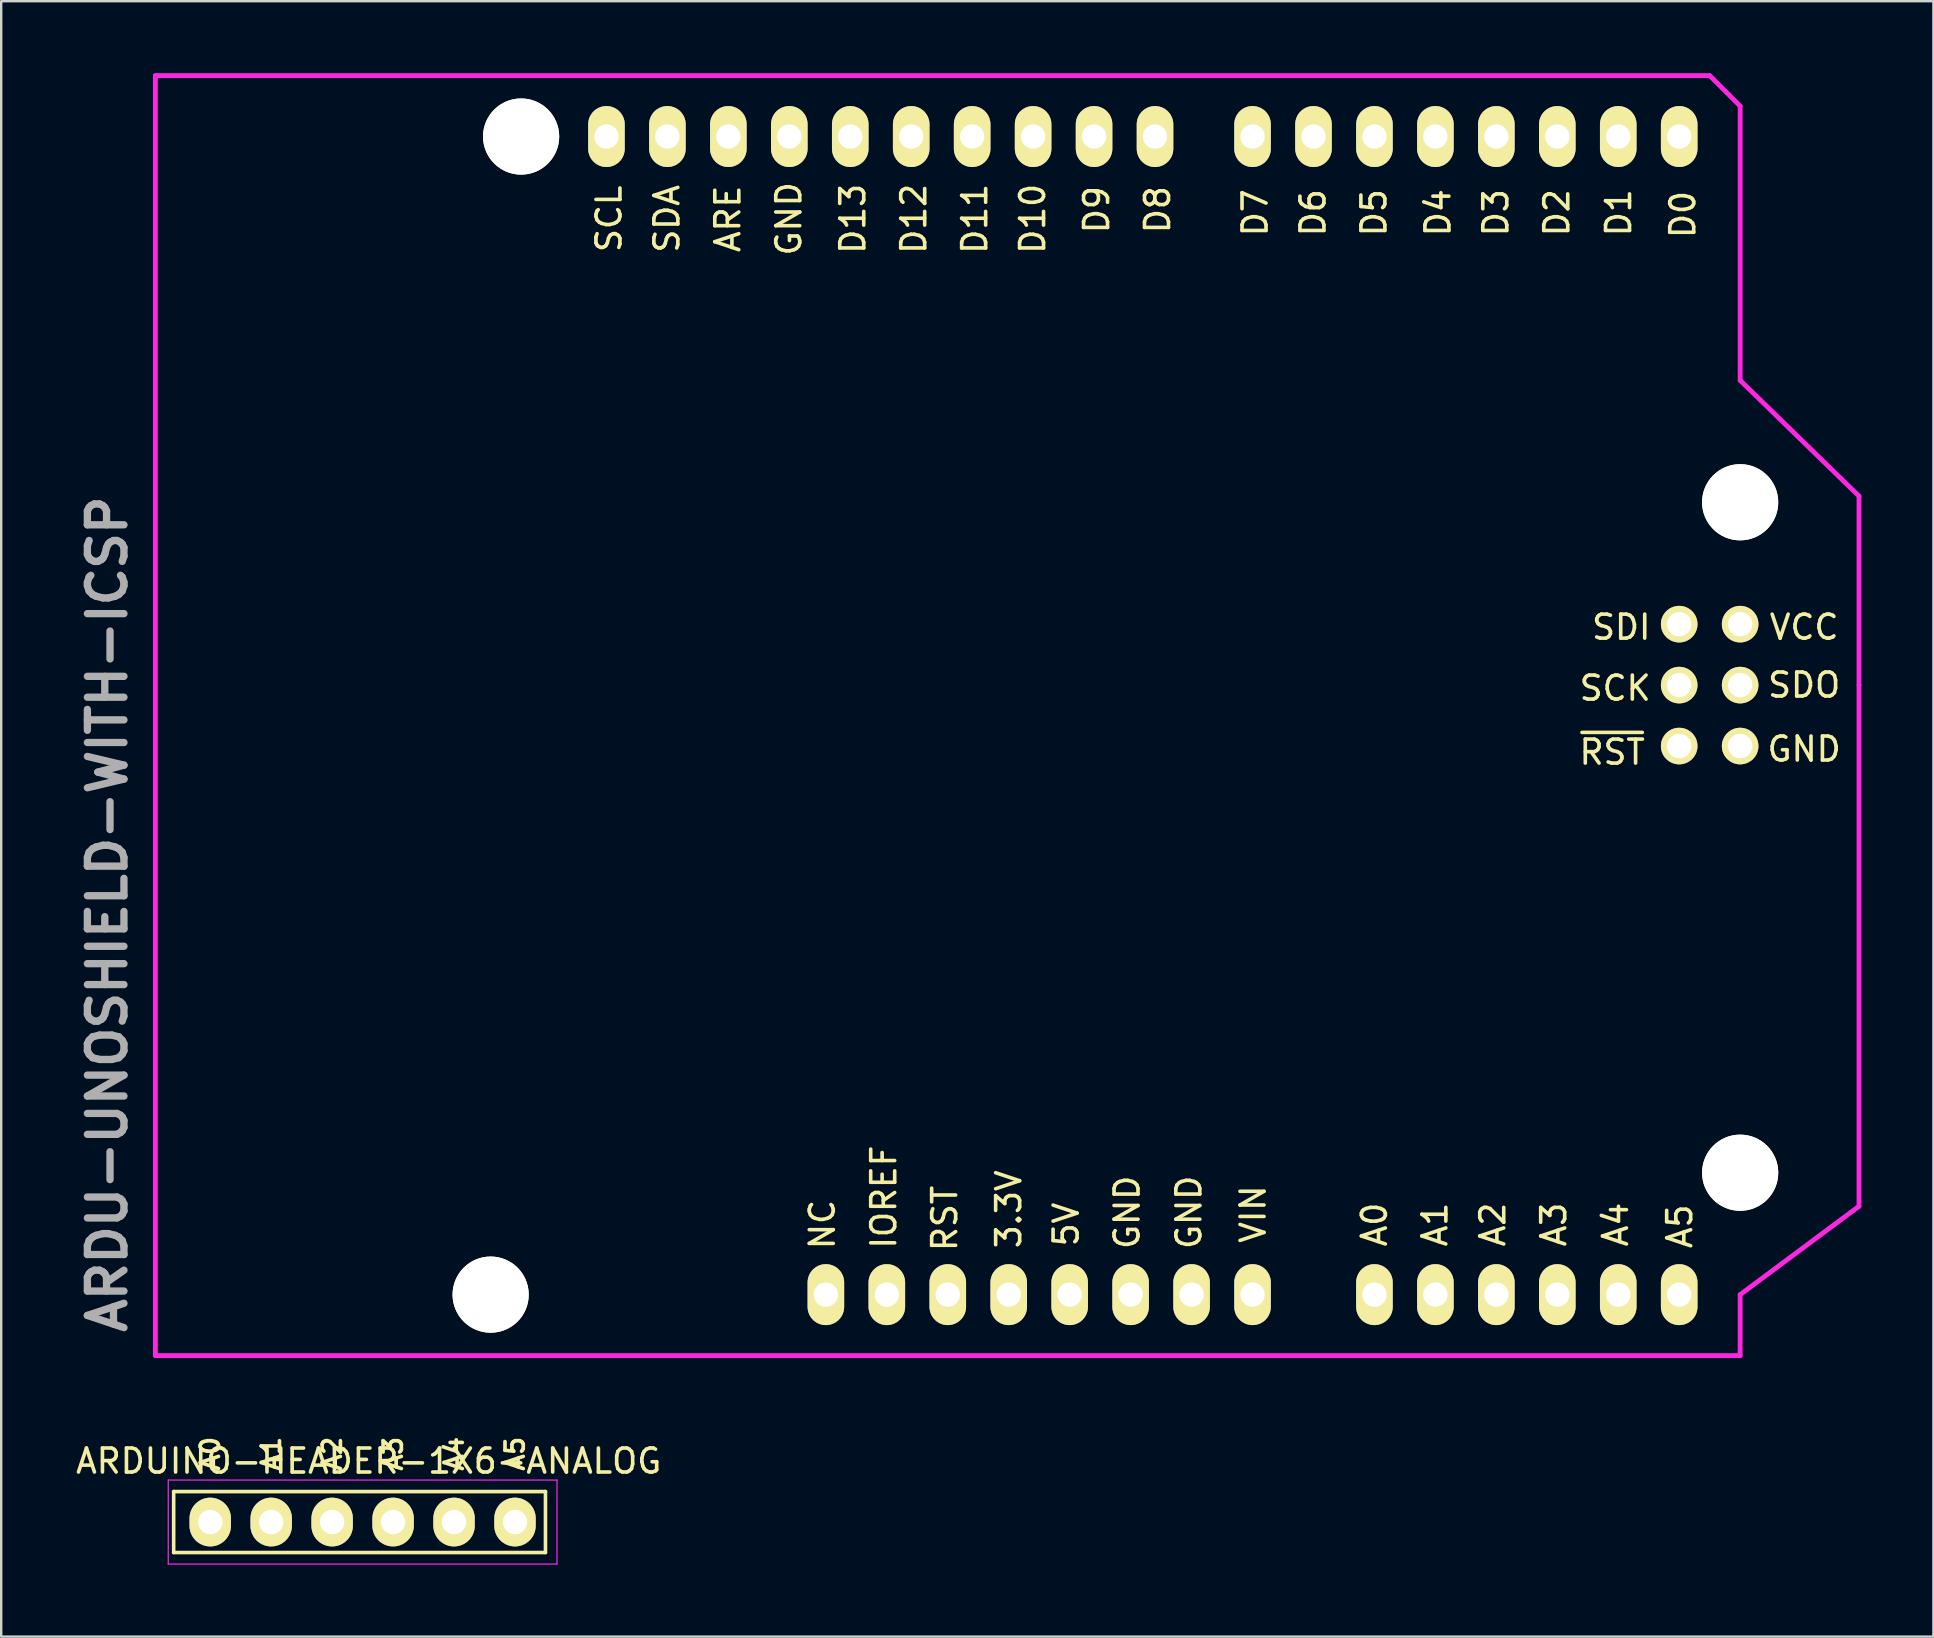
<source format=kicad_pcb>
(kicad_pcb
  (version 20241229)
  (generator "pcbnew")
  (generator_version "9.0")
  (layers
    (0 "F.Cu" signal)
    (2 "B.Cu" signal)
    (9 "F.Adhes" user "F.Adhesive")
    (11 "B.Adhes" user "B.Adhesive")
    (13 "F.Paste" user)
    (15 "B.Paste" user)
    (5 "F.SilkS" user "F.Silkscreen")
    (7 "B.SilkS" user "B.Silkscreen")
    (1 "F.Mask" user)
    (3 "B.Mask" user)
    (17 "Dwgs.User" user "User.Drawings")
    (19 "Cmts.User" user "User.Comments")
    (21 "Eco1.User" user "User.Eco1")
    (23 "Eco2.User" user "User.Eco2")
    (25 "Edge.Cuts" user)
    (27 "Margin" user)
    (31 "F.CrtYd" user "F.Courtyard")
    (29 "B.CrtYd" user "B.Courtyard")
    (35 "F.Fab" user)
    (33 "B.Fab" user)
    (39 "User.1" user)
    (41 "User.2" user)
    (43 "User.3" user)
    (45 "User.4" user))
  (footprint "ARDUINO-HEADER-1X6-ANALOG"
    (layer "F.Cu")
    (at 5.711 60.377)
    (property "Reference" "ARDUINO-HEADER-1X6-ANALOG" (at 6.604 -2.54 0) (layer "F.SilkS") (effects (font (size 1 1) (thickness 0.15))))
    (attr through_hole)
    (fp_line (start -1.524 1.27) (end -1.524 -1.27) (stroke (width 0.15) (type solid)) (layer "F.SilkS"))
    (fp_line (start -1.524 1.27) (end 13.97 1.27) (stroke (width 0.15) (type solid)) (layer "F.SilkS"))
    (fp_line (start 13.97 -1.27) (end -1.524 -1.27) (stroke (width 0.15) (type solid)) (layer "F.SilkS"))
    (fp_line (start 13.97 1.27) (end 13.97 -1.27) (stroke (width 0.15) (type solid)) (layer "F.SilkS"))
    (fp_line (start -1.75 -1.75) (end -1.75 1.75) (stroke (width 0.05) (type solid)) (layer "F.CrtYd"))
    (fp_line (start -1.75 -1.75) (end 14.45 -1.75) (stroke (width 0.05) (type solid)) (layer "F.CrtYd"))
    (fp_line (start -1.75 1.75) (end 14.45 1.75) (stroke (width 0.05) (type solid)) (layer "F.CrtYd"))
    (fp_line (start 14.45 -1.75) (end 14.45 1.75) (stroke (width 0.05) (type solid)) (layer "F.CrtYd"))
    (fp_text user "A3" (at 7.62 -2.845 90) (layer "F.SilkS") (effects (font (size 0.762 0.762) (thickness 0.152))))
    (fp_text user "A1" (at 2.54 -2.845 90) (layer "F.SilkS") (effects (font (size 0.762 0.762) (thickness 0.152))))
    (fp_text user "A4" (at 10.16 -2.845 90) (layer "F.SilkS") (effects (font (size 0.762 0.762) (thickness 0.152))))
    (fp_text user "A5" (at 12.7 -2.845 90) (layer "F.SilkS") (effects (font (size 0.762 0.762) (thickness 0.152))))
    (fp_text user "A2" (at 5.08 -2.845 90) (layer "F.SilkS") (effects (font (size 0.762 0.762) (thickness 0.152))))
    (fp_text user "A0" (at 0 -2.845 90) (layer "F.SilkS") (effects (font (size 0.762 0.762) (thickness 0.152))))
    (pad "A0" thru_hole oval (at 0 0) (size 1.727 2.032) (drill 1.016) (layers "*.Cu" "*.Mask" "F.SilkS"))
    (pad "A1" thru_hole oval (at 2.54 0) (size 1.727 2.032) (drill 1.016) (layers "*.Cu" "*.Mask" "F.SilkS"))
    (pad "A2" thru_hole oval (at 5.08 0) (size 1.727 2.032) (drill 1.016) (layers "*.Cu" "*.Mask" "F.SilkS"))
    (pad "A3" thru_hole oval (at 7.62 0) (size 1.727 2.032) (drill 1.016) (layers "*.Cu" "*.Mask" "F.SilkS"))
    (pad "A4" thru_hole oval (at 10.16 0) (size 1.727 2.032) (drill 1.016) (layers "*.Cu" "*.Mask" "F.SilkS"))
    (pad "A5" thru_hole oval (at 12.7 0) (size 1.727 2.032) (drill 1.016) (layers "*.Cu" "*.Mask" "F.SilkS")))
  (footprint "ARDU-UNOSHIELD-WITH-ICSP"
    (layer "F.Cu")
    (at 3.426 53.44)
    (property "Reference" "ARDU-UNOSHIELD-WITH-ICSP" (at -2 -18.4 90) (layer "F.Fab") (effects (font (size 1.524 1.524) (thickness 0.305))))
    (attr through_hole)
    (fp_line (start 0 0) (end 0 -53.34) (stroke (width 0.2) (type solid)) (layer "F.CrtYd"))
    (fp_line (start 0 0) (end 66.04 0) (stroke (width 0.2) (type solid)) (layer "F.CrtYd"))
    (fp_line (start 64.77 -53.34) (end 0 -53.34) (stroke (width 0.2) (type solid)) (layer "F.CrtYd"))
    (fp_line (start 66.04 -52.07) (end 64.77 -53.34) (stroke (width 0.2) (type solid)) (layer "F.CrtYd"))
    (fp_line (start 66.04 -40.64) (end 66.04 -52.07) (stroke (width 0.2) (type solid)) (layer "F.CrtYd"))
    (fp_line (start 66.04 -40.64) (end 70.993 -35.814) (stroke (width 0.2) (type solid)) (layer "F.CrtYd"))
    (fp_line (start 66.04 -2.54) (end 66.04 0) (stroke (width 0.2) (type solid)) (layer "F.CrtYd"))
    (fp_line (start 66.04 -2.54) (end 70.993 -6.223) (stroke (width 0.2) (type solid)) (layer "F.CrtYd"))
    (fp_line (start 70.993 -35.814) (end 70.993 -27.94) (stroke (width 0.2) (type solid)) (layer "F.CrtYd"))
    (fp_line (start 70.993 -27.94) (end 70.993 -6.223) (stroke (width 0.2) (type solid)) (layer "F.CrtYd"))
    (fp_text user "5V" (at 37.953 -5.461 90) (layer "F.SilkS") (effects (font (size 1 1) (thickness 0.15))))
    (fp_text user "GND" (at 68.707 -25.273 0) (layer "F.SilkS") (effects (font (size 1 1) (thickness 0.15))))
    (fp_text user "GND" (at 26.396 -47.371 90) (layer "F.SilkS") (effects (font (size 1 1) (thickness 0.15))))
    (fp_text user "D7" (at 45.827 -47.625 90) (layer "F.SilkS") (effects (font (size 1 1) (thickness 0.15))))
    (fp_text user "D5" (at 50.78 -47.625 90) (layer "F.SilkS") (effects (font (size 1 1) (thickness 0.15))))
    (fp_text user "SCL" (at 18.903 -47.371 90) (layer "F.SilkS") (effects (font (size 1 1) (thickness 0.15))))
    (fp_text user "D10" (at 36.556 -47.371 90) (layer "F.SilkS") (effects (font (size 1 1) (thickness 0.15))))
    (fp_text user "D8" (at 41.763 -47.752 90) (layer "F.SilkS") (effects (font (size 1 1) (thickness 0.15))))
    (fp_text user "SCK" (at 60.833 -27.813 0) (layer "F.SilkS") (effects (font (size 1 1) (thickness 0.15))))
    (fp_text user "D2" (at 58.4 -47.625 90) (layer "F.SilkS") (effects (font (size 1 1) (thickness 0.15))))
    (fp_text user "NC" (at 27.793 -5.461 90) (layer "F.SilkS") (effects (font (size 1 1) (thickness 0.15))))
    (fp_text user "GND" (at 40.493 -5.969 90) (layer "F.SilkS") (effects (font (size 1 1) (thickness 0.15))))
    (fp_text user "D12" (at 31.603 -47.371 90) (layer "F.SilkS") (effects (font (size 1 1) (thickness 0.15))))
    (fp_text user "A3" (at 58.273 -5.461 90) (layer "F.SilkS") (effects (font (size 1 1) (thickness 0.15))))
    (fp_text user "A0" (at 50.8 -5.461 90) (layer "F.SilkS") (effects (font (size 1 1) (thickness 0.15))))
    (fp_text user "VCC" (at 68.707 -30.353 0) (layer "F.SilkS") (effects (font (size 1 1) (thickness 0.15))))
    (fp_text user "D6" (at 48.24 -47.625 90) (layer "F.SilkS") (effects (font (size 1 1) (thickness 0.15))))
    (fp_text user "D13" (at 29.063 -47.371 90) (layer "F.SilkS") (effects (font (size 1 1) (thickness 0.15))))
    (fp_text user "D3" (at 55.86 -47.625 90) (layer "F.SilkS") (effects (font (size 1 1) (thickness 0.15))))
    (fp_text user "RST" (at 32.893 -5.715 90) (layer "F.SilkS") (effects (font (size 1 1) (thickness 0.15))))
    (fp_text user "D1" (at 60.975 -47.625 90) (layer "F.SilkS") (effects (font (size 1 1) (thickness 0.15))))
    (fp_text user "GND" (at 43.068 -5.969 90) (layer "F.SilkS") (effects (font (size 1 1) (thickness 0.15))))
    (fp_text user "D0" (at 63.65 -47.55 90) (layer "F.SilkS") (effects (font (size 1 1) (thickness 0.15))))
    (fp_text user "A2" (at 55.733 -5.461 90) (layer "F.SilkS") (effects (font (size 1 1) (thickness 0.15))))
    (fp_text user "SDA" (at 21.316 -47.371 90) (layer "F.SilkS") (effects (font (size 1 1) (thickness 0.15))))
    (fp_text user "3.3V" (at 35.56 -6.096 90) (layer "F.SilkS") (effects (font (size 1 1) (thickness 0.15))))
    (fp_text user "~{RST}" (at 60.706 -25.146 0) (layer "F.SilkS") (effects (font (size 1 1) (thickness 0.15))))
    (fp_text user "SDO" (at 68.707 -27.94 0) (layer "F.SilkS") (effects (font (size 1 1) (thickness 0.15))))
    (fp_text user "ARE" (at 23.856 -47.371 90) (layer "F.SilkS") (effects (font (size 1 1) (thickness 0.15))))
    (fp_text user "D9" (at 39.223 -47.752 90) (layer "F.SilkS") (effects (font (size 1 1) (thickness 0.15))))
    (fp_text user "IOREF" (at 30.353 -6.604 90) (layer "F.SilkS") (effects (font (size 1 1) (thickness 0.15))))
    (fp_text user "D4" (at 53.447 -47.625 90) (layer "F.SilkS") (effects (font (size 1 1) (thickness 0.15))))
    (fp_text user "A5" (at 63.523 -5.386 90) (layer "F.SilkS") (effects (font (size 1 1) (thickness 0.15))))
    (fp_text user "D11" (at 34.143 -47.371 90) (layer "F.SilkS") (effects (font (size 1 1) (thickness 0.15))))
    (fp_text user "VIN" (at 45.743 -5.894 90) (layer "F.SilkS") (effects (font (size 1 1) (thickness 0.15))))
    (fp_text user "SDI" (at 61.087 -30.353 0) (layer "F.SilkS") (effects (font (size 1 1) (thickness 0.15))))
    (fp_text user "A4" (at 60.848 -5.461 90) (layer "F.SilkS") (effects (font (size 1 1) (thickness 0.15))))
    (fp_text user "A1" (at 53.32 -5.461 90) (layer "F.SilkS") (effects (font (size 1 1) (thickness 0.15))))
    (pad "" np_thru_hole circle (at 13.97 -2.54 90) (size 3.175 3.175) (drill 3.175) (layers "*.Cu" "*.Mask" "F.SilkS"))
    (pad "" np_thru_hole circle (at 15.24 -50.8 90) (size 3.175 3.175) (drill 3.175) (layers "*.Cu" "*.Mask" "F.SilkS"))
    (pad "" np_thru_hole circle (at 66.04 -35.56 90) (size 3.175 3.175) (drill 3.175) (layers "*.Cu" "*.Mask" "F.SilkS"))
    (pad "" np_thru_hole circle (at 66.04 -7.62 90) (size 3.175 3.175) (drill 3.175) (layers "*.Cu" "*.Mask" "F.SilkS"))
    (pad "3V3" thru_hole oval (at 35.56 -2.54 90) (size 2.54 1.524) (drill 1.016) (layers "*.Cu" "*.Mask" "F.SilkS"))
    (pad "5V" thru_hole oval (at 38.1 -2.54 90) (size 2.54 1.524) (drill 1.016) (layers "*.Cu" "*.Mask" "F.SilkS"))
    (pad "A0" thru_hole oval (at 50.8 -2.54 90) (size 2.54 1.524) (drill 1.016) (layers "*.Cu" "*.Mask" "F.SilkS"))
    (pad "A1" thru_hole oval (at 53.34 -2.54 90) (size 2.54 1.524) (drill 1.016) (layers "*.Cu" "*.Mask" "F.SilkS"))
    (pad "A2" thru_hole oval (at 55.88 -2.54 90) (size 2.54 1.524) (drill 1.016) (layers "*.Cu" "*.Mask" "F.SilkS"))
    (pad "A3" thru_hole oval (at 58.42 -2.54 90) (size 2.54 1.524) (drill 1.016) (layers "*.Cu" "*.Mask" "F.SilkS"))
    (pad "A4" thru_hole oval (at 60.96 -2.54 90) (size 2.54 1.524) (drill 1.016) (layers "*.Cu" "*.Mask" "F.SilkS"))
    (pad "A5" thru_hole oval (at 63.5 -2.54 90) (size 2.54 1.524) (drill 1.016) (layers "*.Cu" "*.Mask" "F.SilkS"))
    (pad "AREF" thru_hole oval (at 23.876 -50.8 90) (size 2.54 1.524) (drill 1.016) (layers "*.Cu" "*.Mask" "F.SilkS"))
    (pad "D0" thru_hole oval (at 63.5 -50.8 90) (size 2.54 1.524) (drill 1.016) (layers "*.Cu" "*.Mask" "F.SilkS"))
    (pad "D1" thru_hole oval (at 60.96 -50.8 90) (size 2.54 1.524) (drill 1.016) (layers "*.Cu" "*.Mask" "F.SilkS"))
    (pad "D2" thru_hole oval (at 58.42 -50.8 90) (size 2.54 1.524) (drill 1.016) (layers "*.Cu" "*.Mask" "F.SilkS"))
    (pad "D3" thru_hole oval (at 55.88 -50.8 90) (size 2.54 1.524) (drill 1.016) (layers "*.Cu" "*.Mask" "F.SilkS"))
    (pad "D4" thru_hole oval (at 53.34 -50.8 90) (size 2.54 1.524) (drill 1.016) (layers "*.Cu" "*.Mask" "F.SilkS"))
    (pad "D5" thru_hole oval (at 50.8 -50.8 90) (size 2.54 1.524) (drill 1.016) (layers "*.Cu" "*.Mask" "F.SilkS"))
    (pad "D6" thru_hole oval (at 48.26 -50.8 90) (size 2.54 1.524) (drill 1.016) (layers "*.Cu" "*.Mask" "F.SilkS"))
    (pad "D7" thru_hole oval (at 45.72 -50.8 90) (size 2.54 1.524) (drill 1.016) (layers "*.Cu" "*.Mask" "F.SilkS"))
    (pad "D8" thru_hole oval (at 41.656 -50.8 90) (size 2.54 1.524) (drill 1.016) (layers "*.Cu" "*.Mask" "F.SilkS"))
    (pad "D9" thru_hole oval (at 39.116 -50.8 90) (size 2.54 1.524) (drill 1.016) (layers "*.Cu" "*.Mask" "F.SilkS"))
    (pad "D10" thru_hole oval (at 36.576 -50.8 90) (size 2.54 1.524) (drill 1.016) (layers "*.Cu" "*.Mask" "F.SilkS"))
    (pad "D11" thru_hole oval (at 34.036 -50.8 90) (size 2.54 1.524) (drill 1.016) (layers "*.Cu" "*.Mask" "F.SilkS"))
    (pad "D12" thru_hole oval (at 31.496 -50.8 90) (size 2.54 1.524) (drill 1.016) (layers "*.Cu" "*.Mask" "F.SilkS"))
    (pad "D13" thru_hole oval (at 28.956 -50.8 90) (size 2.54 1.524) (drill 1.016) (layers "*.Cu" "*.Mask" "F.SilkS"))
    (pad "GND1" thru_hole oval (at 40.64 -2.54 90) (size 2.54 1.524) (drill 1.016) (layers "*.Cu" "*.Mask" "F.SilkS"))
    (pad "GND2" thru_hole oval (at 43.18 -2.54 90) (size 2.54 1.524) (drill 1.016) (layers "*.Cu" "*.Mask" "F.SilkS"))
    (pad "GND3" thru_hole oval (at 26.416 -50.8 90) (size 2.54 1.524) (drill 1.016) (layers "*.Cu" "*.Mask" "F.SilkS"))
    (pad "IO" thru_hole oval (at 30.48 -2.54 90) (size 2.54 1.524) (drill 1.016) (layers "*.Cu" "*.Mask" "F.SilkS"))
    (pad "NC" thru_hole oval (at 27.94 -2.54 90) (size 2.54 1.524) (drill 1.016) (layers "*.Cu" "*.Mask" "F.SilkS"))
    (pad "RST" thru_hole oval (at 33.02 -2.54 90) (size 2.54 1.524) (drill 1.016) (layers "*.Cu" "*.Mask" "F.SilkS"))
    (pad "SCL" thru_hole oval (at 18.796 -50.8 90) (size 2.54 1.524) (drill 1.016) (layers "*.Cu" "*.Mask" "F.SilkS"))
    (pad "SDA" thru_hole oval (at 21.336 -50.8 90) (size 2.54 1.524) (drill 1.016) (layers "*.Cu" "*.Mask" "F.SilkS"))
    (pad "SP1" thru_hole circle (at 63.5 -30.48 90) (size 1.524 1.524) (drill 1.016) (layers "*.Cu" "*.Mask" "F.SilkS"))
    (pad "SP2" thru_hole circle (at 66.04 -30.48 90) (size 1.524 1.524) (drill 1.016) (layers "*.Cu" "*.Mask" "F.SilkS"))
    (pad "SP3" thru_hole circle (at 63.5 -27.94 90) (size 1.524 1.524) (drill 1.016) (layers "*.Cu" "*.Mask" "F.SilkS"))
    (pad "SP4" thru_hole circle (at 66.04 -27.94 90) (size 1.524 1.524) (drill 1.016) (layers "*.Cu" "*.Mask" "F.SilkS"))
    (pad "SP5" thru_hole circle (at 63.5 -25.4 90) (size 1.524 1.524) (drill 1.016) (layers "*.Cu" "*.Mask" "F.SilkS"))
    (pad "SP6" thru_hole circle (at 66.04 -25.4 90) (size 1.524 1.524) (drill 1.016) (layers "*.Cu" "*.Mask" "F.SilkS"))
    (pad "VIN" thru_hole oval (at 45.72 -2.54 90) (size 2.54 1.524) (drill 1.016) (layers "*.Cu" "*.Mask" "F.SilkS")))
  (gr_rect
    (start -3 -3)
    (end 77.519 65.152)
    (stroke (width 0.1) (type default))
    (fill no)
    (layer "Edge.Cuts")))
</source>
